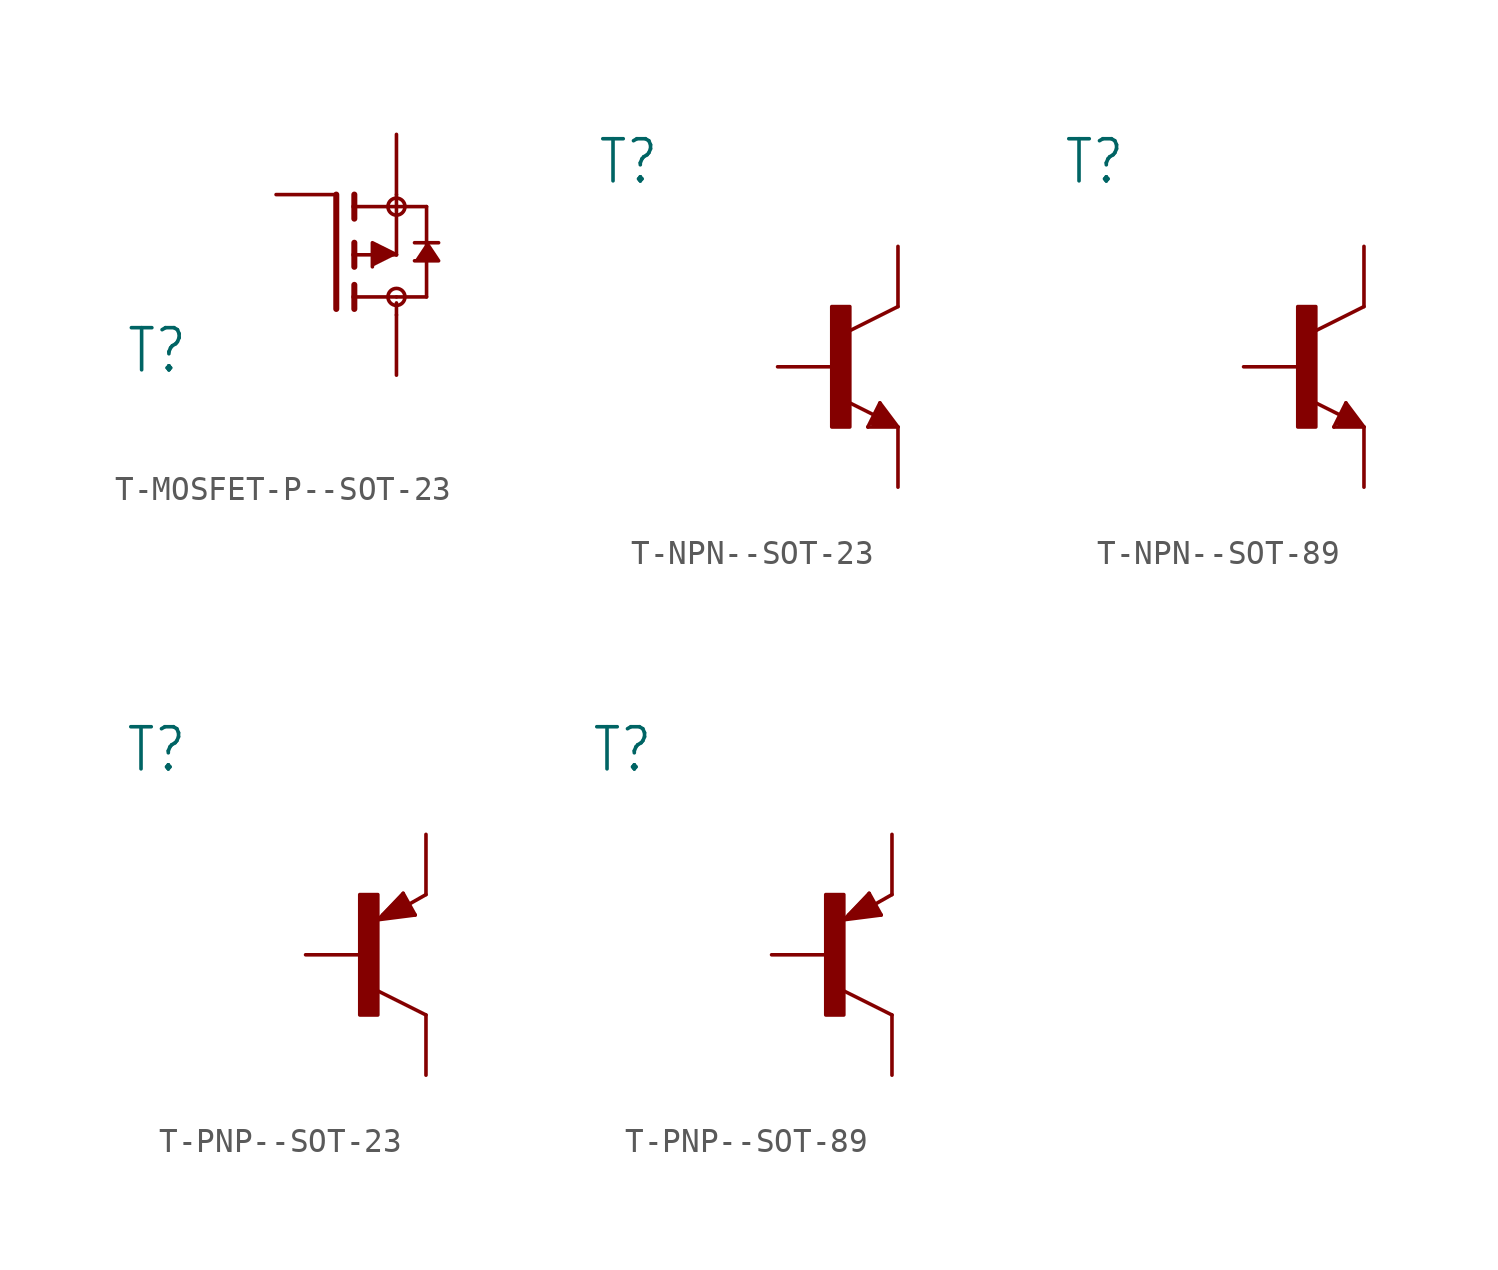
<source format=kicad_sym>
(kicad_symbol_lib
  (version 20231120)
  (generator "kicad_symbol_editor")
  (generator_version "8.0")
  (symbol "T-MOSFET-P--SOT-23"
    (property "Reference" "T"
      (at -11.43 -5.08 0)
      (effects (font (size 1.778 1.511)) (justify left bottom)))
    (property "Value" ""
      (at -11.43 -7.62 0)
      (effects (font (size 1.778 1.511)) (justify left bottom)))
    (property "ki_locked" ""
      (at 0 0 0)
      (effects (font (size 1.27 1.27))))
    (symbol "T-MOSFET-P--SOT-23_1_0"
      (circle (center 0 -1.778) (radius 0.359) (stroke (width 0) (type solid)) (fill (type none)))
      (polyline (pts (xy -2.54 -2.286) (xy -2.54 2.54)) (stroke (width 0.254) (type solid)) (fill (type none)))
      (polyline (pts (xy -1.778 -2.286) (xy -1.778 -1.778)) (stroke (width 0.254) (type solid)) (fill (type none)))
      (polyline (pts (xy -1.778 -1.778) (xy -1.778 -1.27)) (stroke (width 0.254) (type solid)) (fill (type none)))
      (polyline (pts (xy -1.778 -1.778) (xy 0 -1.778)) (stroke (width 0.152) (type solid)) (fill (type none)))
      (polyline (pts (xy -1.778 -0.508) (xy -1.778 0)) (stroke (width 0.254) (type solid)) (fill (type none)))
      (polyline (pts (xy -1.778 0) (xy -1.778 0.508)) (stroke (width 0.254) (type solid)) (fill (type none)))
      (polyline (pts (xy -1.778 0) (xy 0 0)) (stroke (width 0.152) (type solid)) (fill (type none)))
      (polyline (pts (xy -1.778 1.524) (xy -1.778 2.032)) (stroke (width 0.254) (type solid)) (fill (type none)))
      (polyline (pts (xy -1.778 2.032) (xy -1.778 2.54)) (stroke (width 0.254) (type solid)) (fill (type none)))
      (polyline (pts (xy 0 -2.54) (xy 0 -2.032)) (stroke (width 0.152) (type solid)) (fill (type none)))
      (polyline (pts (xy 0 -1.778) (xy 1.27 -1.778)) (stroke (width 0.152) (type solid)) (fill (type none)))
      (polyline (pts (xy 0 0) (xy 0 2.032)) (stroke (width 0.152) (type solid)) (fill (type none)))
      (polyline (pts (xy 0 2.032) (xy -1.778 2.032)) (stroke (width 0.152) (type solid)) (fill (type none)))
      (polyline (pts (xy 0 2.032) (xy 1.27 2.032)) (stroke (width 0.152) (type solid)) (fill (type none)))
      (polyline (pts (xy 0 2.54) (xy 0 2.032)) (stroke (width 0.152) (type solid)) (fill (type none)))
      (polyline (pts (xy 0.762 0.508) (xy 1.27 0.508)) (stroke (width 0.152) (type solid)) (fill (type none)))
      (polyline (pts (xy 1.27 -1.778) (xy 1.27 0.508)) (stroke (width 0.152) (type solid)) (fill (type none)))
      (polyline (pts (xy 1.27 0.508) (xy 1.27 2.032)) (stroke (width 0.152) (type solid)) (fill (type none)))
      (polyline (pts (xy 1.27 0.508) (xy 1.778 0.508)) (stroke (width 0.152) (type solid)) (fill (type none)))
      (polyline (pts (xy 0 0) (xy -1.016 0.508) (xy -1.016 -0.508)) (stroke (width 0.152) (type solid)) (fill (type outline)))
      (polyline (pts (xy 1.27 0.508) (xy 1.778 -0.254) (xy 0.762 -0.254)) (stroke (width 0.152) (type solid)) (fill (type outline)))
      (circle (center 0 2.032) (radius 0.359) (stroke (width 0) (type solid)) (fill (type none)))
      (pin passive line (at -5.08 2.54 0) (length 2.54) (name "G" (effects (font (size 0 0)))) (number "1" (effects (font (size 0 0)))))
      (pin passive line (at 0 5.08 270) (length 2.54) (name "S" (effects (font (size 0 0)))) (number "2" (effects (font (size 0 0)))))
      (pin passive line (at 0 -5.08 90) (length 2.54) (name "D" (effects (font (size 0 0)))) (number "3" (effects (font (size 0 0)))))))
  (symbol "T-NPN--SOT-23"
    (property "Reference" "T"
      (at -10.16 7.62 0)
      (effects (font (size 1.778 1.511)) (justify left bottom)))
    (property "Value" ""
      (at -10.16 5.08 0)
      (effects (font (size 1.778 1.511)) (justify left bottom)))
    (property "ki_locked" ""
      (at 0 0 0)
      (effects (font (size 1.27 1.27))))
    (symbol "T-NPN--SOT-23_1_0"
      (rectangle (start -0.254 -2.54) (end 0.508 2.54) (stroke (width 0) (type default)) (fill (type outline)))
      (polyline (pts (xy 1.27 -2.54) (xy 1.778 -1.524)) (stroke (width 0.152) (type solid)) (fill (type none)))
      (polyline (pts (xy 1.524 -2.413) (xy 2.286 -2.413)) (stroke (width 0.254) (type solid)) (fill (type none)))
      (polyline (pts (xy 1.524 -2.286) (xy 1.905 -2.286)) (stroke (width 0.254) (type solid)) (fill (type none)))
      (polyline (pts (xy 1.54 -2.04) (xy 0.308 -1.424)) (stroke (width 0.152) (type solid)) (fill (type none)))
      (polyline (pts (xy 1.778 -1.778) (xy 1.524 -2.286)) (stroke (width 0.254) (type solid)) (fill (type none)))
      (polyline (pts (xy 1.778 -1.524) (xy 2.54 -2.54)) (stroke (width 0.152) (type solid)) (fill (type none)))
      (polyline (pts (xy 1.905 -2.286) (xy 1.778 -2.032)) (stroke (width 0.254) (type solid)) (fill (type none)))
      (polyline (pts (xy 2.286 -2.413) (xy 1.778 -1.778)) (stroke (width 0.254) (type solid)) (fill (type none)))
      (polyline (pts (xy 2.54 -2.54) (xy 1.27 -2.54)) (stroke (width 0.152) (type solid)) (fill (type none)))
      (polyline (pts (xy 2.54 2.54) (xy 0.508 1.524)) (stroke (width 0.152) (type solid)) (fill (type none)))
      (pin passive line (at -2.54 0 0) (length 2.54) (name "B" (effects (font (size 0 0)))) (number "1" (effects (font (size 0 0)))))
      (pin passive line (at 2.54 -5.08 90) (length 2.54) (name "E" (effects (font (size 0 0)))) (number "2" (effects (font (size 0 0)))))
      (pin passive line (at 2.54 5.08 270) (length 2.54) (name "C" (effects (font (size 0 0)))) (number "3" (effects (font (size 0 0)))))))
  (symbol "T-NPN--SOT-89"
    (property "Reference" "T"
      (at -10.16 7.62 0)
      (effects (font (size 1.778 1.511)) (justify left bottom)))
    (property "Value" ""
      (at -10.16 5.08 0)
      (effects (font (size 1.778 1.511)) (justify left bottom)))
    (property "ki_locked" ""
      (at 0 0 0)
      (effects (font (size 1.27 1.27))))
    (symbol "T-NPN--SOT-89_1_0"
      (rectangle (start -0.254 -2.54) (end 0.508 2.54) (stroke (width 0) (type default)) (fill (type outline)))
      (polyline (pts (xy 1.27 -2.54) (xy 1.778 -1.524)) (stroke (width 0.152) (type solid)) (fill (type none)))
      (polyline (pts (xy 1.524 -2.413) (xy 2.286 -2.413)) (stroke (width 0.254) (type solid)) (fill (type none)))
      (polyline (pts (xy 1.524 -2.286) (xy 1.905 -2.286)) (stroke (width 0.254) (type solid)) (fill (type none)))
      (polyline (pts (xy 1.54 -2.04) (xy 0.308 -1.424)) (stroke (width 0.152) (type solid)) (fill (type none)))
      (polyline (pts (xy 1.778 -1.778) (xy 1.524 -2.286)) (stroke (width 0.254) (type solid)) (fill (type none)))
      (polyline (pts (xy 1.778 -1.524) (xy 2.54 -2.54)) (stroke (width 0.152) (type solid)) (fill (type none)))
      (polyline (pts (xy 1.905 -2.286) (xy 1.778 -2.032)) (stroke (width 0.254) (type solid)) (fill (type none)))
      (polyline (pts (xy 2.286 -2.413) (xy 1.778 -1.778)) (stroke (width 0.254) (type solid)) (fill (type none)))
      (polyline (pts (xy 2.54 -2.54) (xy 1.27 -2.54)) (stroke (width 0.152) (type solid)) (fill (type none)))
      (polyline (pts (xy 2.54 2.54) (xy 0.508 1.524)) (stroke (width 0.152) (type solid)) (fill (type none)))
      (pin passive line (at -2.54 0 0) (length 2.54) (name "B" (effects (font (size 0 0)))) (number "B" (effects (font (size 0 0)))))
      (pin passive line (at 2.54 5.08 270) (length 2.54) (name "C" (effects (font (size 0 0)))) (number "C" (effects (font (size 0 0)))))
      (pin passive line (at 2.54 -5.08 90) (length 2.54) (name "E" (effects (font (size 0 0)))) (number "E" (effects (font (size 0 0)))))))
  (symbol "T-PNP--SOT-23"
    (property "Reference" "T"
      (at -10.16 7.62 0)
      (effects (font (size 1.778 1.511)) (justify left bottom)))
    (property "Value" ""
      (at -10.16 5.08 0)
      (effects (font (size 1.778 1.511)) (justify left bottom)))
    (property "ki_locked" ""
      (at 0 0 0)
      (effects (font (size 1.27 1.27))))
    (symbol "T-PNP--SOT-23_1_0"
      (rectangle (start -0.254 -2.54) (end 0.508 2.54) (stroke (width 0) (type default)) (fill (type outline)))
      (polyline (pts (xy 0.516 1.478) (xy 2.086 1.678)) (stroke (width 0.152) (type solid)) (fill (type none)))
      (polyline (pts (xy 0.762 1.651) (xy 1.778 1.778)) (stroke (width 0.254) (type solid)) (fill (type none)))
      (polyline (pts (xy 1.143 1.905) (xy 1.524 1.905)) (stroke (width 0.254) (type solid)) (fill (type none)))
      (polyline (pts (xy 1.524 2.159) (xy 1.143 1.905)) (stroke (width 0.254) (type solid)) (fill (type none)))
      (polyline (pts (xy 1.524 2.413) (xy 0.762 1.651)) (stroke (width 0.254) (type solid)) (fill (type none)))
      (polyline (pts (xy 1.578 2.594) (xy 0.516 1.478)) (stroke (width 0.152) (type solid)) (fill (type none)))
      (polyline (pts (xy 1.778 1.778) (xy 1.524 2.159)) (stroke (width 0.254) (type solid)) (fill (type none)))
      (polyline (pts (xy 1.905 1.778) (xy 1.524 2.413)) (stroke (width 0.254) (type solid)) (fill (type none)))
      (polyline (pts (xy 2.086 1.678) (xy 1.578 2.594)) (stroke (width 0.152) (type solid)) (fill (type none)))
      (polyline (pts (xy 2.54 -2.54) (xy 0.508 -1.524)) (stroke (width 0.152) (type solid)) (fill (type none)))
      (polyline (pts (xy 2.54 2.54) (xy 1.808 2.124)) (stroke (width 0.152) (type solid)) (fill (type none)))
      (pin passive line (at -2.54 0 0) (length 2.54) (name "B" (effects (font (size 0 0)))) (number "1" (effects (font (size 0 0)))))
      (pin passive line (at 2.54 5.08 270) (length 2.54) (name "E" (effects (font (size 0 0)))) (number "2" (effects (font (size 0 0)))))
      (pin passive line (at 2.54 -5.08 90) (length 2.54) (name "C" (effects (font (size 0 0)))) (number "3" (effects (font (size 0 0)))))))
  (symbol "T-PNP--SOT-89"
    (property "Reference" "T"
      (at -10.16 7.62 0)
      (effects (font (size 1.778 1.511)) (justify left bottom)))
    (property "Value" ""
      (at -10.16 5.08 0)
      (effects (font (size 1.778 1.511)) (justify left bottom)))
    (property "ki_locked" ""
      (at 0 0 0)
      (effects (font (size 1.27 1.27))))
    (symbol "T-PNP--SOT-89_1_0"
      (rectangle (start -0.254 -2.54) (end 0.508 2.54) (stroke (width 0) (type default)) (fill (type outline)))
      (polyline (pts (xy 0.516 1.478) (xy 2.086 1.678)) (stroke (width 0.152) (type solid)) (fill (type none)))
      (polyline (pts (xy 0.762 1.651) (xy 1.778 1.778)) (stroke (width 0.254) (type solid)) (fill (type none)))
      (polyline (pts (xy 1.143 1.905) (xy 1.524 1.905)) (stroke (width 0.254) (type solid)) (fill (type none)))
      (polyline (pts (xy 1.524 2.159) (xy 1.143 1.905)) (stroke (width 0.254) (type solid)) (fill (type none)))
      (polyline (pts (xy 1.524 2.413) (xy 0.762 1.651)) (stroke (width 0.254) (type solid)) (fill (type none)))
      (polyline (pts (xy 1.578 2.594) (xy 0.516 1.478)) (stroke (width 0.152) (type solid)) (fill (type none)))
      (polyline (pts (xy 1.778 1.778) (xy 1.524 2.159)) (stroke (width 0.254) (type solid)) (fill (type none)))
      (polyline (pts (xy 1.905 1.778) (xy 1.524 2.413)) (stroke (width 0.254) (type solid)) (fill (type none)))
      (polyline (pts (xy 2.086 1.678) (xy 1.578 2.594)) (stroke (width 0.152) (type solid)) (fill (type none)))
      (polyline (pts (xy 2.54 -2.54) (xy 0.508 -1.524)) (stroke (width 0.152) (type solid)) (fill (type none)))
      (polyline (pts (xy 2.54 2.54) (xy 1.808 2.124)) (stroke (width 0.152) (type solid)) (fill (type none)))
      (pin passive line (at -2.54 0 0) (length 2.54) (name "B" (effects (font (size 0 0)))) (number "B" (effects (font (size 0 0)))))
      (pin passive line (at 2.54 -5.08 90) (length 2.54) (name "C" (effects (font (size 0 0)))) (number "C" (effects (font (size 0 0)))))
      (pin passive line (at 2.54 5.08 270) (length 2.54) (name "E" (effects (font (size 0 0)))) (number "E" (effects (font (size 0 0))))))))
</source>
